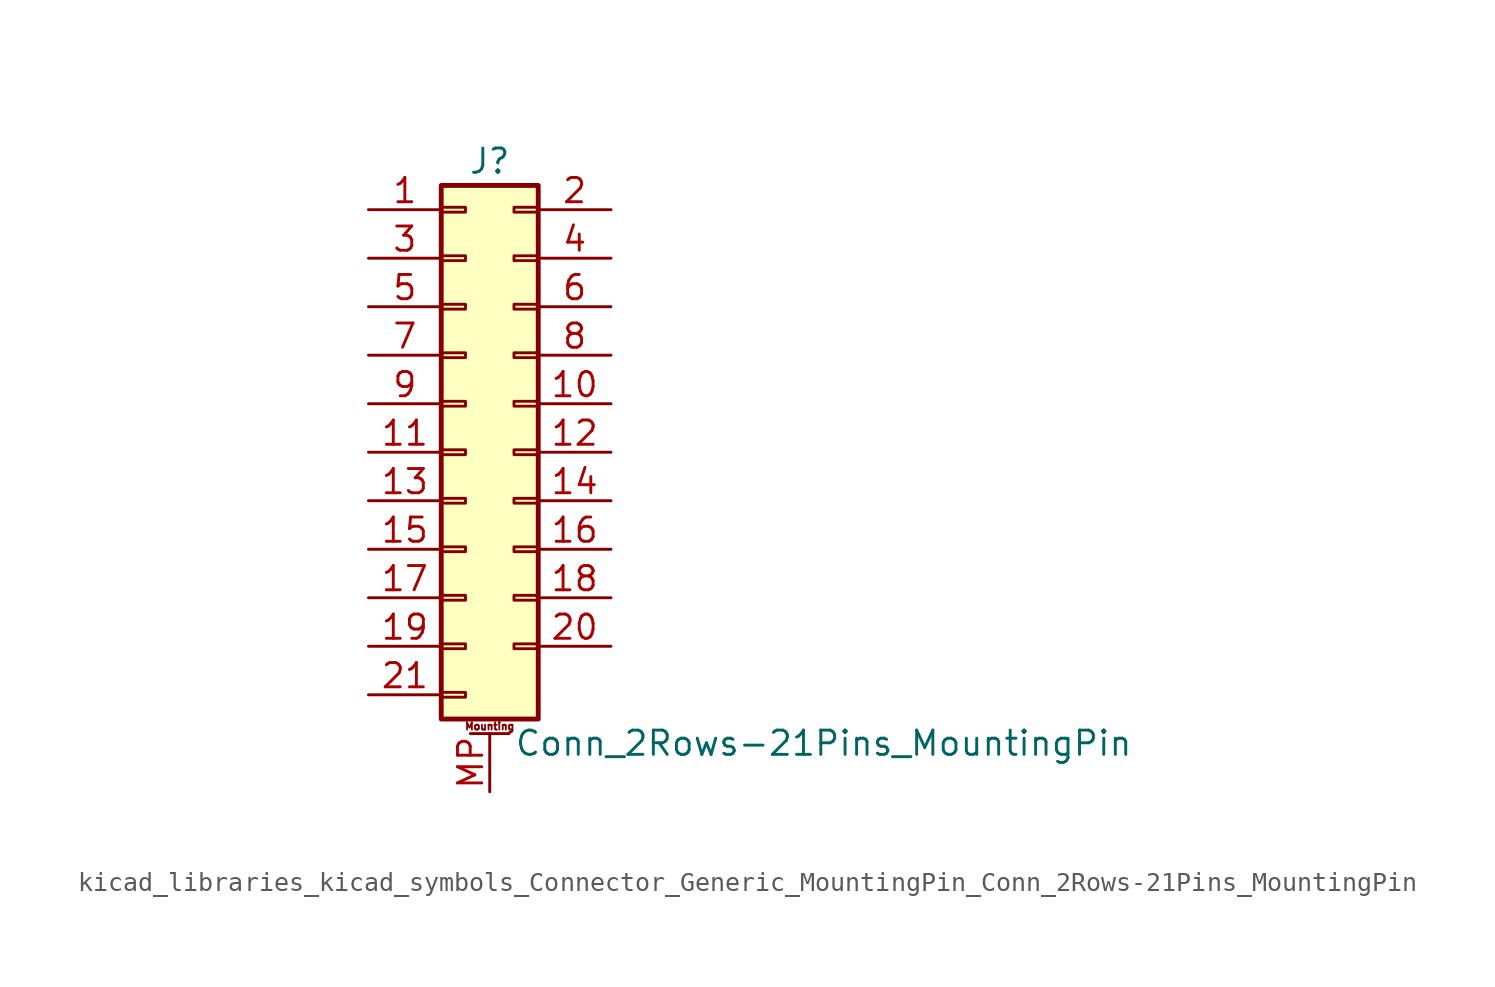
<source format=kicad_sym>
(kicad_symbol_lib
  (version 20220914)
  (generator kicad_symbol_editor)
  (symbol "kicad_libraries_kicad_symbols_Connector_Generic_MountingPin_Conn_2Rows-21Pins_MountingPin"
    (pin_names
      (offset 1.016) hide)
    (property "Reference" "J"
      (at 1.27 15.24 0)
      (effects (font (size 1.27 1.27))))
    (property "Value" "Conn_2Rows-21Pins_MountingPin"
      (at 2.54 -15.24 0)
      (effects (font (size 1.27 1.27)) (justify left)))
    (symbol "kicad_libraries_kicad_symbols_Connector_Generic_MountingPin_Conn_2Rows-21Pins_MountingPin_1_1"
      (rectangle (start -1.27 -12.573) (end 0 -12.827) (stroke (width 0.152) (type default)) (fill (type none)))
      (rectangle (start -1.27 -10.033) (end 0 -10.287) (stroke (width 0.152) (type default)) (fill (type none)))
      (rectangle (start -1.27 -7.493) (end 0 -7.747) (stroke (width 0.152) (type default)) (fill (type none)))
      (rectangle (start -1.27 -4.953) (end 0 -5.207) (stroke (width 0.152) (type default)) (fill (type none)))
      (rectangle (start -1.27 -2.413) (end 0 -2.667) (stroke (width 0.152) (type default)) (fill (type none)))
      (rectangle (start -1.27 0.127) (end 0 -0.127) (stroke (width 0.152) (type default)) (fill (type none)))
      (rectangle (start -1.27 2.667) (end 0 2.413) (stroke (width 0.152) (type default)) (fill (type none)))
      (rectangle (start -1.27 5.207) (end 0 4.953) (stroke (width 0.152) (type default)) (fill (type none)))
      (rectangle (start -1.27 7.747) (end 0 7.493) (stroke (width 0.152) (type default)) (fill (type none)))
      (rectangle (start -1.27 10.287) (end 0 10.033) (stroke (width 0.152) (type default)) (fill (type none)))
      (rectangle (start -1.27 12.827) (end 0 12.573) (stroke (width 0.152) (type default)) (fill (type none)))
      (rectangle (start -1.27 13.97) (end 3.81 -13.97) (stroke (width 0.254) (type default)) (fill (type background)))
      (polyline (pts (xy 0.254 -14.732) (xy 2.286 -14.732)) (stroke (width 0.152) (type default)) (fill (type none)))
      (rectangle (start 3.81 -10.033) (end 2.54 -10.287) (stroke (width 0.152) (type default)) (fill (type none)))
      (rectangle (start 3.81 -7.493) (end 2.54 -7.747) (stroke (width 0.152) (type default)) (fill (type none)))
      (rectangle (start 3.81 -4.953) (end 2.54 -5.207) (stroke (width 0.152) (type default)) (fill (type none)))
      (rectangle (start 3.81 -2.413) (end 2.54 -2.667) (stroke (width 0.152) (type default)) (fill (type none)))
      (rectangle (start 3.81 0.127) (end 2.54 -0.127) (stroke (width 0.152) (type default)) (fill (type none)))
      (rectangle (start 3.81 2.667) (end 2.54 2.413) (stroke (width 0.152) (type default)) (fill (type none)))
      (rectangle (start 3.81 5.207) (end 2.54 4.953) (stroke (width 0.152) (type default)) (fill (type none)))
      (rectangle (start 3.81 7.747) (end 2.54 7.493) (stroke (width 0.152) (type default)) (fill (type none)))
      (rectangle (start 3.81 10.287) (end 2.54 10.033) (stroke (width 0.152) (type default)) (fill (type none)))
      (rectangle (start 3.81 12.827) (end 2.54 12.573) (stroke (width 0.152) (type default)) (fill (type none)))
      (text "Mounting" (at 1.27 -14.351 0) (effects (font (size 0.381 0.381))))
      (pin passive line (at -5.08 12.7 0) (length 3.81) (name "Pin_1" (effects (font (size 1.27 1.27)))) (number "1" (effects (font (size 1.27 1.27)))))
      (pin passive line (at 7.62 2.54 180) (length 3.81) (name "Pin_10" (effects (font (size 1.27 1.27)))) (number "10" (effects (font (size 1.27 1.27)))))
      (pin passive line (at -5.08 0 0) (length 3.81) (name "Pin_11" (effects (font (size 1.27 1.27)))) (number "11" (effects (font (size 1.27 1.27)))))
      (pin passive line (at 7.62 0 180) (length 3.81) (name "Pin_12" (effects (font (size 1.27 1.27)))) (number "12" (effects (font (size 1.27 1.27)))))
      (pin passive line (at -5.08 -2.54 0) (length 3.81) (name "Pin_13" (effects (font (size 1.27 1.27)))) (number "13" (effects (font (size 1.27 1.27)))))
      (pin passive line (at 7.62 -2.54 180) (length 3.81) (name "Pin_14" (effects (font (size 1.27 1.27)))) (number "14" (effects (font (size 1.27 1.27)))))
      (pin passive line (at -5.08 -5.08 0) (length 3.81) (name "Pin_15" (effects (font (size 1.27 1.27)))) (number "15" (effects (font (size 1.27 1.27)))))
      (pin passive line (at 7.62 -5.08 180) (length 3.81) (name "Pin_16" (effects (font (size 1.27 1.27)))) (number "16" (effects (font (size 1.27 1.27)))))
      (pin passive line (at -5.08 -7.62 0) (length 3.81) (name "Pin_17" (effects (font (size 1.27 1.27)))) (number "17" (effects (font (size 1.27 1.27)))))
      (pin passive line (at 7.62 -7.62 180) (length 3.81) (name "Pin_18" (effects (font (size 1.27 1.27)))) (number "18" (effects (font (size 1.27 1.27)))))
      (pin passive line (at -5.08 -10.16 0) (length 3.81) (name "Pin_19" (effects (font (size 1.27 1.27)))) (number "19" (effects (font (size 1.27 1.27)))))
      (pin passive line (at 7.62 12.7 180) (length 3.81) (name "Pin_2" (effects (font (size 1.27 1.27)))) (number "2" (effects (font (size 1.27 1.27)))))
      (pin passive line (at 7.62 -10.16 180) (length 3.81) (name "Pin_20" (effects (font (size 1.27 1.27)))) (number "20" (effects (font (size 1.27 1.27)))))
      (pin passive line (at -5.08 -12.7 0) (length 3.81) (name "Pin_21" (effects (font (size 1.27 1.27)))) (number "21" (effects (font (size 1.27 1.27)))))
      (pin passive line (at -5.08 10.16 0) (length 3.81) (name "Pin_3" (effects (font (size 1.27 1.27)))) (number "3" (effects (font (size 1.27 1.27)))))
      (pin passive line (at 7.62 10.16 180) (length 3.81) (name "Pin_4" (effects (font (size 1.27 1.27)))) (number "4" (effects (font (size 1.27 1.27)))))
      (pin passive line (at -5.08 7.62 0) (length 3.81) (name "Pin_5" (effects (font (size 1.27 1.27)))) (number "5" (effects (font (size 1.27 1.27)))))
      (pin passive line (at 7.62 7.62 180) (length 3.81) (name "Pin_6" (effects (font (size 1.27 1.27)))) (number "6" (effects (font (size 1.27 1.27)))))
      (pin passive line (at -5.08 5.08 0) (length 3.81) (name "Pin_7" (effects (font (size 1.27 1.27)))) (number "7" (effects (font (size 1.27 1.27)))))
      (pin passive line (at 7.62 5.08 180) (length 3.81) (name "Pin_8" (effects (font (size 1.27 1.27)))) (number "8" (effects (font (size 1.27 1.27)))))
      (pin passive line (at -5.08 2.54 0) (length 3.81) (name "Pin_9" (effects (font (size 1.27 1.27)))) (number "9" (effects (font (size 1.27 1.27)))))
      (pin passive line (at 1.27 -17.78 90) (length 3.048) (name "MountPin" (effects (font (size 1.27 1.27)))) (number "MP" (effects (font (size 1.27 1.27))))))))
</source>
